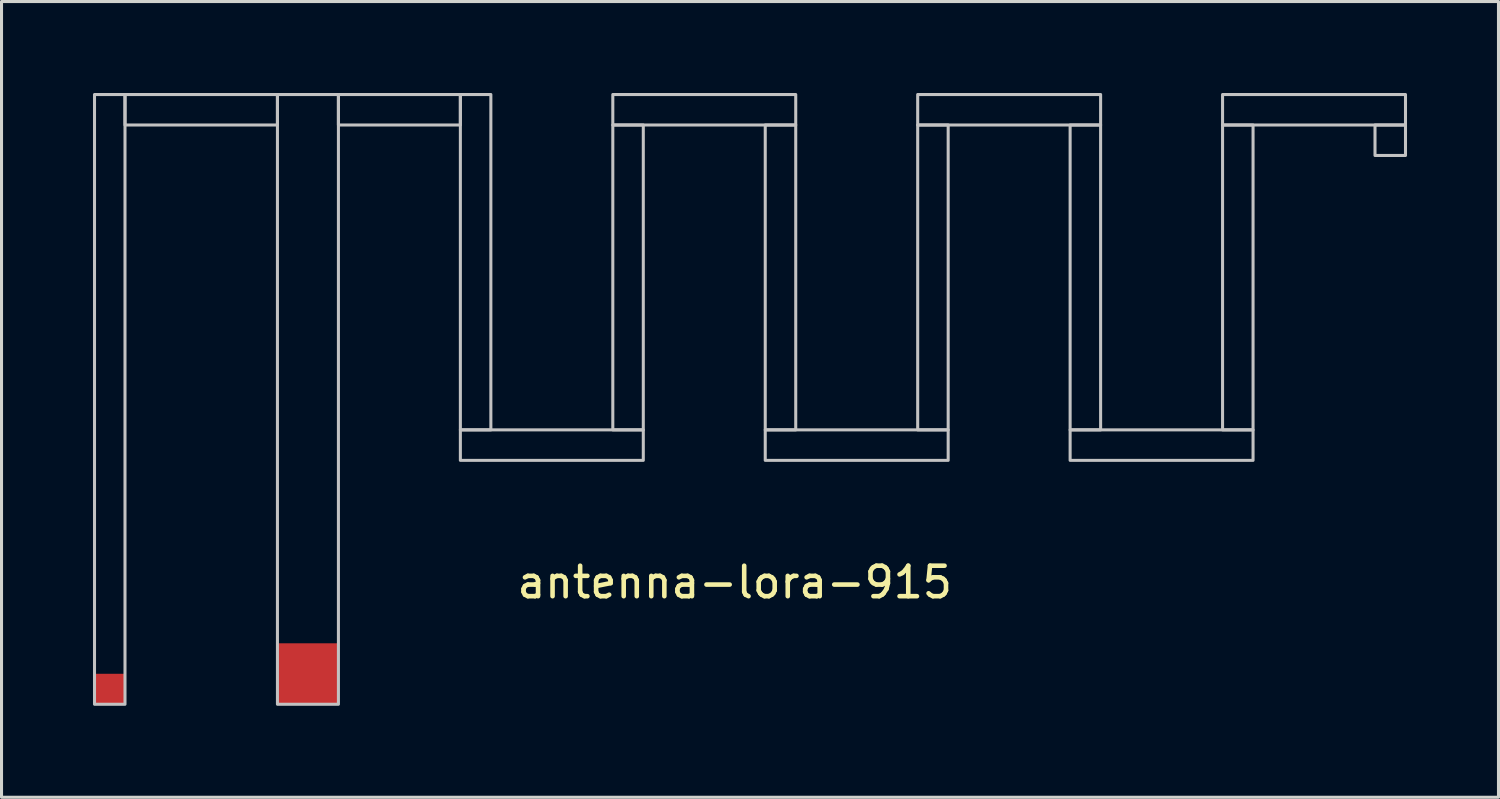
<source format=kicad_pcb>
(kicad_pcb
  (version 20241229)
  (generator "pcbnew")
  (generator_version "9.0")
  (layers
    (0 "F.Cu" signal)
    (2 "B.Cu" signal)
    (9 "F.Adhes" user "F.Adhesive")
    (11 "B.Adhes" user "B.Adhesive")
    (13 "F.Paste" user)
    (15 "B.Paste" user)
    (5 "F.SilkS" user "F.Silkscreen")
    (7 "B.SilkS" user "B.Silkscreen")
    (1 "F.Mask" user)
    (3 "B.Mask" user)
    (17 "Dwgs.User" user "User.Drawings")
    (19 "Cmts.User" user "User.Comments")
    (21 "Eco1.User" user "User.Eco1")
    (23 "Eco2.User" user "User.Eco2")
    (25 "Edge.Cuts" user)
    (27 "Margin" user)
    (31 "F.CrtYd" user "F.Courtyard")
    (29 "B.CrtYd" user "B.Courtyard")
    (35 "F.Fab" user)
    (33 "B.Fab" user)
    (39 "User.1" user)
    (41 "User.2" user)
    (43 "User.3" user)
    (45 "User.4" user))
  (footprint "antenna-lora-915"
    (layer "F.Cu")
    (at 7.05 14.05)
    (property "Reference" "antenna-lora-915" (at 14 2 0) (layer "F.SilkS") (effects (font (size 1 1) (thickness 0.15))))
    (attr through_hole)
    (fp_poly (pts (xy -6 6) (xy -7 6) (xy -7 -14) (xy -6 -14)) (stroke (width 0.1) (type solid)) (fill no) (layer "Dwgs.User"))
    (fp_poly (pts (xy -1 -13) (xy -6 -13) (xy -6 -14) (xy -1 -14)) (stroke (width 0.1) (type solid)) (fill no) (layer "Dwgs.User"))
    (fp_poly (pts (xy 1 6) (xy -1 6) (xy -1 -14) (xy 1 -14)) (stroke (width 0.1) (type solid)) (fill no) (layer "Dwgs.User"))
    (fp_poly (pts (xy 5 -13) (xy 1 -13) (xy 1 -14) (xy 5 -14)) (stroke (width 0.1) (type solid)) (fill no) (layer "Dwgs.User"))
    (fp_poly (pts (xy 6 -3) (xy 5 -3) (xy 5 -14) (xy 6 -14)) (stroke (width 0.1) (type solid)) (fill no) (layer "Dwgs.User"))
    (fp_poly (pts (xy 11 -3) (xy 10 -3) (xy 10 -13) (xy 11 -13)) (stroke (width 0.1) (type solid)) (fill no) (layer "Dwgs.User"))
    (fp_poly (pts (xy 11 -2) (xy 5 -2) (xy 5 -3) (xy 11 -3)) (stroke (width 0.1) (type solid)) (fill no) (layer "Dwgs.User"))
    (fp_poly (pts (xy 16 -13) (xy 10 -13) (xy 10 -14) (xy 16 -14)) (stroke (width 0.1) (type solid)) (fill no) (layer "Dwgs.User"))
    (fp_poly (pts (xy 16 -3) (xy 15 -3) (xy 15 -13) (xy 16 -13)) (stroke (width 0.1) (type solid)) (fill no) (layer "Dwgs.User"))
    (fp_poly (pts (xy 21 -3) (xy 20 -3) (xy 20 -13) (xy 21 -13)) (stroke (width 0.1) (type solid)) (fill no) (layer "Dwgs.User"))
    (fp_poly (pts (xy 21 -2) (xy 15 -2) (xy 15 -3) (xy 21 -3)) (stroke (width 0.1) (type solid)) (fill no) (layer "Dwgs.User"))
    (fp_poly (pts (xy 26 -13) (xy 20 -13) (xy 20 -14) (xy 26 -14)) (stroke (width 0.1) (type solid)) (fill no) (layer "Dwgs.User"))
    (fp_poly (pts (xy 26 -3) (xy 25 -3) (xy 25 -13) (xy 26 -13)) (stroke (width 0.1) (type solid)) (fill no) (layer "Dwgs.User"))
    (fp_poly (pts (xy 31 -3) (xy 30 -3) (xy 30 -13) (xy 31 -13)) (stroke (width 0.1) (type solid)) (fill no) (layer "Dwgs.User"))
    (fp_poly (pts (xy 31 -2) (xy 25 -2) (xy 25 -3) (xy 31 -3)) (stroke (width 0.1) (type solid)) (fill no) (layer "Dwgs.User"))
    (fp_poly (pts (xy 36 -13) (xy 30 -13) (xy 30 -14) (xy 36 -14)) (stroke (width 0.1) (type solid)) (fill no) (layer "Dwgs.User"))
    (fp_poly (pts (xy 36 -12) (xy 35 -12) (xy 35 -13) (xy 36 -13)) (stroke (width 0.1) (type solid)) (fill no) (layer "Dwgs.User"))
    (pad "1" smd rect (at 0 5) (size 2 2) (layers "F.Cu" "F.Mask" "F.Paste"))
    (pad "2" smd rect (at -6.5 5.5) (size 1 1) (layers "F.Cu" "F.Mask" "F.Paste")))
  (gr_rect
    (start -3 -3)
    (end 46.1 23.1)
    (stroke (width 0.1) (type default))
    (fill no)
    (layer "Edge.Cuts")))
</source>
